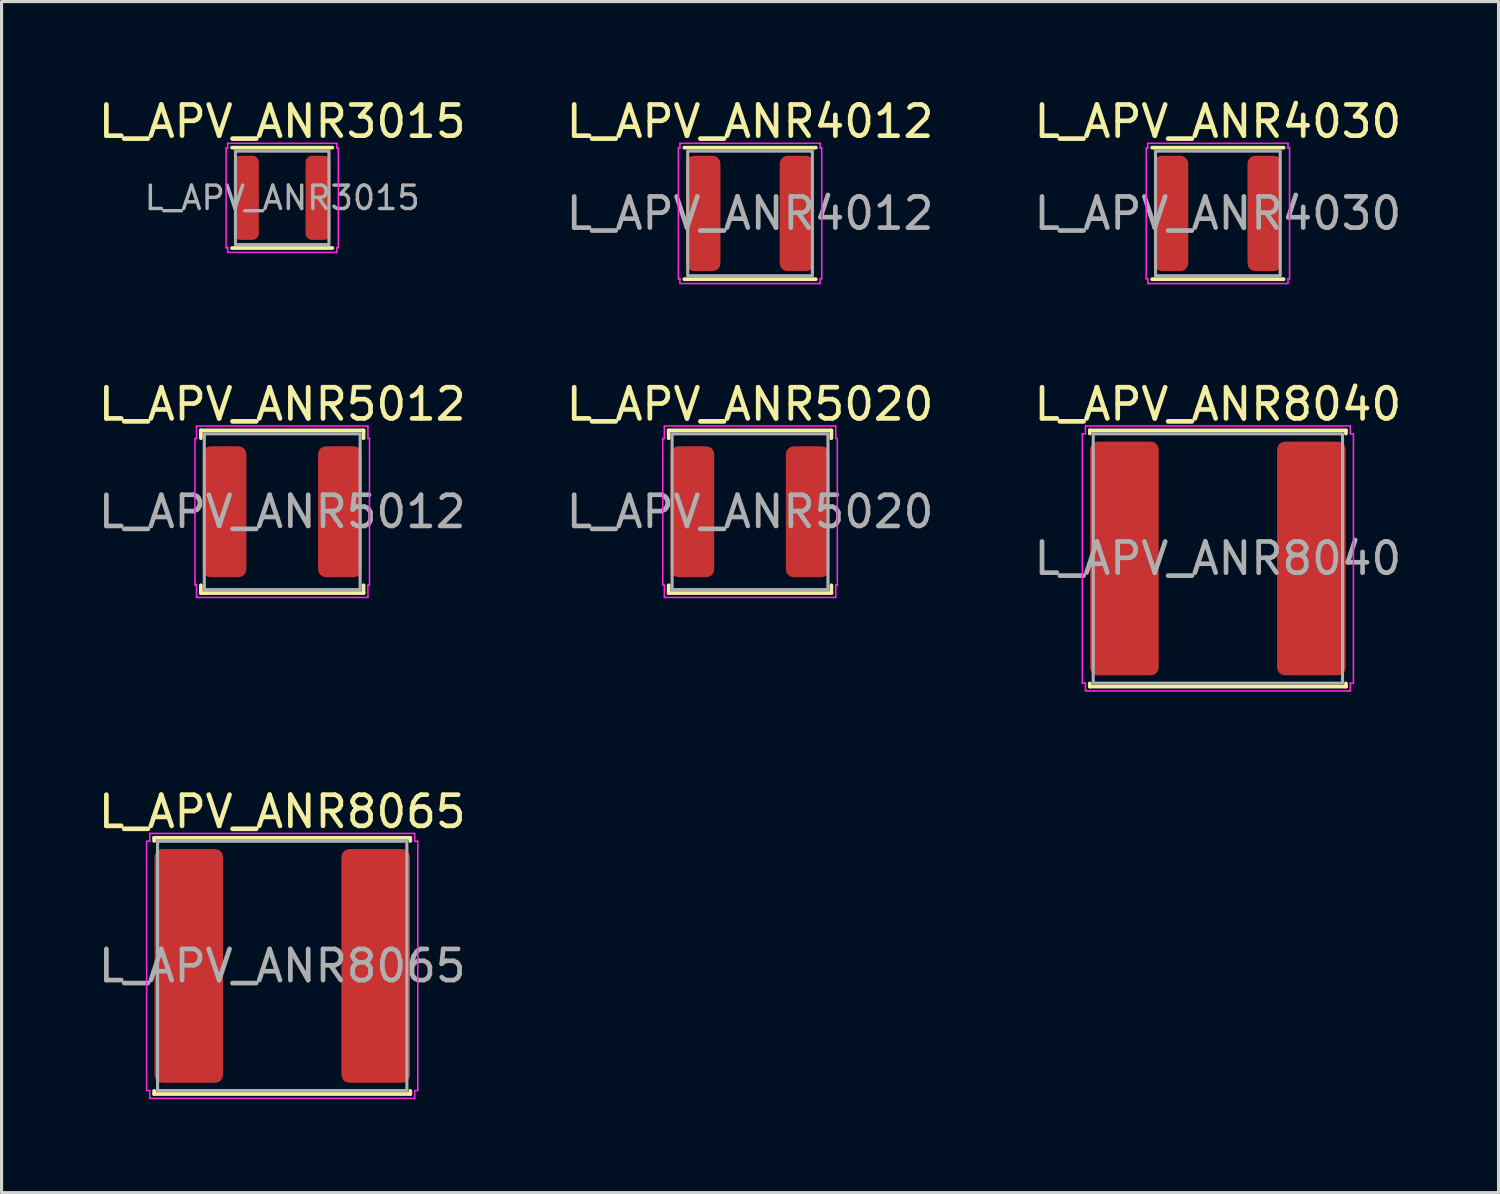
<source format=kicad_pcb>
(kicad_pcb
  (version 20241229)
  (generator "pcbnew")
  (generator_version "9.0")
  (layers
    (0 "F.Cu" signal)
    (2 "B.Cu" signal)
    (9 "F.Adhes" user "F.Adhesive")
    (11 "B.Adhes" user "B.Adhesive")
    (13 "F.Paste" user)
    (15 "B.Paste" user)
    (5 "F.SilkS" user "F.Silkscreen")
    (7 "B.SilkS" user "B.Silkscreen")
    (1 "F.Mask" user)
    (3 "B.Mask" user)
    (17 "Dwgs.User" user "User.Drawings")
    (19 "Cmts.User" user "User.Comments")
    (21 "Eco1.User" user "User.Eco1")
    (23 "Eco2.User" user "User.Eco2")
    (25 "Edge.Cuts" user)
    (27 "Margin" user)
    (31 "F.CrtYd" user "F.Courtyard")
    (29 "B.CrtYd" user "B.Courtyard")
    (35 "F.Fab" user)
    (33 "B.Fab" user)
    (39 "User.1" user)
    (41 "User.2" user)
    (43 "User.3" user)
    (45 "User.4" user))
  (footprint "L_APV_ANR5012"
    (layer "F.Cu")
    (at 6.006 13.371)
    (property "Reference" "L_APV_ANR5012" (at 0 -3.45 0) (layer "F.SilkS") (effects (font (size 1 1) (thickness 0.15))))
    (attr smd)
    (fp_line (start -2.61 -2.61) (end 2.61 -2.61) (stroke (width 0.12) (type solid)) (layer "F.SilkS"))
    (fp_line (start -2.61 -2.36) (end -2.61 -2.61) (stroke (width 0.12) (type solid)) (layer "F.SilkS"))
    (fp_line (start -2.61 2.61) (end -2.61 2.36) (stroke (width 0.12) (type solid)) (layer "F.SilkS"))
    (fp_line (start 2.61 -2.61) (end 2.61 -2.36) (stroke (width 0.12) (type solid)) (layer "F.SilkS"))
    (fp_line (start 2.61 2.36) (end 2.61 2.61) (stroke (width 0.12) (type solid)) (layer "F.SilkS"))
    (fp_line (start 2.61 2.61) (end -2.61 2.61) (stroke (width 0.12) (type solid)) (layer "F.SilkS"))
    (fp_line (start -2.8 -2.35) (end -2.75 -2.35) (stroke (width 0.05) (type solid)) (layer "F.CrtYd"))
    (fp_line (start -2.8 2.35) (end -2.8 -2.35) (stroke (width 0.05) (type solid)) (layer "F.CrtYd"))
    (fp_line (start -2.75 -2.75) (end 2.75 -2.75) (stroke (width 0.05) (type solid)) (layer "F.CrtYd"))
    (fp_line (start -2.75 -2.35) (end -2.75 -2.75) (stroke (width 0.05) (type solid)) (layer "F.CrtYd"))
    (fp_line (start -2.75 2.35) (end -2.8 2.35) (stroke (width 0.05) (type solid)) (layer "F.CrtYd"))
    (fp_line (start -2.75 2.75) (end -2.75 2.35) (stroke (width 0.05) (type solid)) (layer "F.CrtYd"))
    (fp_line (start 2.75 -2.75) (end 2.75 -2.35) (stroke (width 0.05) (type solid)) (layer "F.CrtYd"))
    (fp_line (start 2.75 -2.35) (end 2.8 -2.35) (stroke (width 0.05) (type solid)) (layer "F.CrtYd"))
    (fp_line (start 2.75 2.35) (end 2.75 2.75) (stroke (width 0.05) (type solid)) (layer "F.CrtYd"))
    (fp_line (start 2.75 2.75) (end -2.75 2.75) (stroke (width 0.05) (type solid)) (layer "F.CrtYd"))
    (fp_line (start 2.8 -2.35) (end 2.8 2.35) (stroke (width 0.05) (type solid)) (layer "F.CrtYd"))
    (fp_line (start 2.8 2.35) (end 2.75 2.35) (stroke (width 0.05) (type solid)) (layer "F.CrtYd"))
    (fp_rect (start -2.5 -2.5) (end 2.5 2.5) (stroke (width 0.1) (type solid)) (fill no) (layer "F.Fab"))
    (fp_text user "${REFERENCE}" (at 0 0 0) (layer "F.Fab") (effects (font (size 1 1) (thickness 0.15))))
    (pad "1" smd roundrect (at -1.85 0) (size 1.4 4.2) (layers "F.Cu" "F.Mask" "F.Paste") (roundrect_rratio 0.179))
    (pad "2" smd roundrect (at 1.85 0) (size 1.4 4.2) (layers "F.Cu" "F.Mask" "F.Paste") (roundrect_rratio 0.179)))
  (footprint "L_APV_ANR4030"
    (layer "F.Cu")
    (at 36.03 3.798)
    (property "Reference" "L_APV_ANR4030" (at 0 -2.95 0) (layer "F.SilkS") (effects (font (size 1 1) (thickness 0.15))))
    (attr smd)
    (fp_line (start -2.11 -2.11) (end 2.11 -2.11) (stroke (width 0.12) (type solid)) (layer "F.SilkS"))
    (fp_line (start 2.11 2.11) (end -2.11 2.11) (stroke (width 0.12) (type solid)) (layer "F.SilkS"))
    (fp_line (start -2.3 -2.1) (end -2.25 -2.1) (stroke (width 0.05) (type solid)) (layer "F.CrtYd"))
    (fp_line (start -2.3 2.1) (end -2.3 -2.1) (stroke (width 0.05) (type solid)) (layer "F.CrtYd"))
    (fp_line (start -2.25 -2.25) (end 2.25 -2.25) (stroke (width 0.05) (type solid)) (layer "F.CrtYd"))
    (fp_line (start -2.25 -2.1) (end -2.25 -2.25) (stroke (width 0.05) (type solid)) (layer "F.CrtYd"))
    (fp_line (start -2.25 2.1) (end -2.3 2.1) (stroke (width 0.05) (type solid)) (layer "F.CrtYd"))
    (fp_line (start -2.25 2.25) (end -2.25 2.1) (stroke (width 0.05) (type solid)) (layer "F.CrtYd"))
    (fp_line (start 2.25 -2.25) (end 2.25 -2.1) (stroke (width 0.05) (type solid)) (layer "F.CrtYd"))
    (fp_line (start 2.25 -2.1) (end 2.3 -2.1) (stroke (width 0.05) (type solid)) (layer "F.CrtYd"))
    (fp_line (start 2.25 2.1) (end 2.25 2.25) (stroke (width 0.05) (type solid)) (layer "F.CrtYd"))
    (fp_line (start 2.25 2.25) (end -2.25 2.25) (stroke (width 0.05) (type solid)) (layer "F.CrtYd"))
    (fp_line (start 2.3 -2.1) (end 2.3 2.1) (stroke (width 0.05) (type solid)) (layer "F.CrtYd"))
    (fp_line (start 2.3 2.1) (end 2.25 2.1) (stroke (width 0.05) (type solid)) (layer "F.CrtYd"))
    (fp_rect (start -2 -2) (end 2 2) (stroke (width 0.1) (type solid)) (fill no) (layer "F.Fab"))
    (fp_text user "${REFERENCE}" (at 0 0 0) (layer "F.Fab") (effects (font (size 1 1) (thickness 0.15))))
    (pad "1" smd roundrect (at -1.5 0) (size 1.1 3.7) (layers "F.Cu" "F.Mask" "F.Paste") (roundrect_rratio 0.227))
    (pad "2" smd roundrect (at 1.5 0) (size 1.1 3.7) (layers "F.Cu" "F.Mask" "F.Paste") (roundrect_rratio 0.227)))
  (footprint "L_APV_ANR4012"
    (layer "F.Cu")
    (at 21.018 3.798)
    (property "Reference" "L_APV_ANR4012" (at 0 -2.95 0) (layer "F.SilkS") (effects (font (size 1 1) (thickness 0.15))))
    (attr smd)
    (fp_line (start -2.11 -2.11) (end 2.11 -2.11) (stroke (width 0.12) (type solid)) (layer "F.SilkS"))
    (fp_line (start 2.11 2.11) (end -2.11 2.11) (stroke (width 0.12) (type solid)) (layer "F.SilkS"))
    (fp_line (start -2.3 -2.1) (end -2.25 -2.1) (stroke (width 0.05) (type solid)) (layer "F.CrtYd"))
    (fp_line (start -2.3 2.1) (end -2.3 -2.1) (stroke (width 0.05) (type solid)) (layer "F.CrtYd"))
    (fp_line (start -2.25 -2.25) (end 2.25 -2.25) (stroke (width 0.05) (type solid)) (layer "F.CrtYd"))
    (fp_line (start -2.25 -2.1) (end -2.25 -2.25) (stroke (width 0.05) (type solid)) (layer "F.CrtYd"))
    (fp_line (start -2.25 2.1) (end -2.3 2.1) (stroke (width 0.05) (type solid)) (layer "F.CrtYd"))
    (fp_line (start -2.25 2.25) (end -2.25 2.1) (stroke (width 0.05) (type solid)) (layer "F.CrtYd"))
    (fp_line (start 2.25 -2.25) (end 2.25 -2.1) (stroke (width 0.05) (type solid)) (layer "F.CrtYd"))
    (fp_line (start 2.25 -2.1) (end 2.3 -2.1) (stroke (width 0.05) (type solid)) (layer "F.CrtYd"))
    (fp_line (start 2.25 2.1) (end 2.25 2.25) (stroke (width 0.05) (type solid)) (layer "F.CrtYd"))
    (fp_line (start 2.25 2.25) (end -2.25 2.25) (stroke (width 0.05) (type solid)) (layer "F.CrtYd"))
    (fp_line (start 2.3 -2.1) (end 2.3 2.1) (stroke (width 0.05) (type solid)) (layer "F.CrtYd"))
    (fp_line (start 2.3 2.1) (end 2.25 2.1) (stroke (width 0.05) (type solid)) (layer "F.CrtYd"))
    (fp_rect (start -2 -2) (end 2 2) (stroke (width 0.1) (type solid)) (fill no) (layer "F.Fab"))
    (fp_text user "${REFERENCE}" (at 0 0 0) (layer "F.Fab") (effects (font (size 1 1) (thickness 0.15))))
    (pad "1" smd roundrect (at -1.5 0) (size 1.1 3.7) (layers "F.Cu" "F.Mask" "F.Paste") (roundrect_rratio 0.227))
    (pad "2" smd roundrect (at 1.5 0) (size 1.1 3.7) (layers "F.Cu" "F.Mask" "F.Paste") (roundrect_rratio 0.227)))
  (footprint "L_APV_ANR5020"
    (layer "F.Cu")
    (at 21.018 13.371)
    (property "Reference" "L_APV_ANR5020" (at 0 -3.45 0) (layer "F.SilkS") (effects (font (size 1 1) (thickness 0.15))))
    (attr smd)
    (fp_line (start -2.61 -2.61) (end 2.61 -2.61) (stroke (width 0.12) (type solid)) (layer "F.SilkS"))
    (fp_line (start -2.61 -2.36) (end -2.61 -2.61) (stroke (width 0.12) (type solid)) (layer "F.SilkS"))
    (fp_line (start -2.61 2.61) (end -2.61 2.36) (stroke (width 0.12) (type solid)) (layer "F.SilkS"))
    (fp_line (start 2.61 -2.61) (end 2.61 -2.36) (stroke (width 0.12) (type solid)) (layer "F.SilkS"))
    (fp_line (start 2.61 2.36) (end 2.61 2.61) (stroke (width 0.12) (type solid)) (layer "F.SilkS"))
    (fp_line (start 2.61 2.61) (end -2.61 2.61) (stroke (width 0.12) (type solid)) (layer "F.SilkS"))
    (fp_line (start -2.8 -2.35) (end -2.75 -2.35) (stroke (width 0.05) (type solid)) (layer "F.CrtYd"))
    (fp_line (start -2.8 2.35) (end -2.8 -2.35) (stroke (width 0.05) (type solid)) (layer "F.CrtYd"))
    (fp_line (start -2.75 -2.75) (end 2.75 -2.75) (stroke (width 0.05) (type solid)) (layer "F.CrtYd"))
    (fp_line (start -2.75 -2.35) (end -2.75 -2.75) (stroke (width 0.05) (type solid)) (layer "F.CrtYd"))
    (fp_line (start -2.75 2.35) (end -2.8 2.35) (stroke (width 0.05) (type solid)) (layer "F.CrtYd"))
    (fp_line (start -2.75 2.75) (end -2.75 2.35) (stroke (width 0.05) (type solid)) (layer "F.CrtYd"))
    (fp_line (start 2.75 -2.75) (end 2.75 -2.35) (stroke (width 0.05) (type solid)) (layer "F.CrtYd"))
    (fp_line (start 2.75 -2.35) (end 2.8 -2.35) (stroke (width 0.05) (type solid)) (layer "F.CrtYd"))
    (fp_line (start 2.75 2.35) (end 2.75 2.75) (stroke (width 0.05) (type solid)) (layer "F.CrtYd"))
    (fp_line (start 2.75 2.75) (end -2.75 2.75) (stroke (width 0.05) (type solid)) (layer "F.CrtYd"))
    (fp_line (start 2.8 -2.35) (end 2.8 2.35) (stroke (width 0.05) (type solid)) (layer "F.CrtYd"))
    (fp_line (start 2.8 2.35) (end 2.75 2.35) (stroke (width 0.05) (type solid)) (layer "F.CrtYd"))
    (fp_rect (start -2.5 -2.5) (end 2.5 2.5) (stroke (width 0.1) (type solid)) (fill no) (layer "F.Fab"))
    (fp_text user "${REFERENCE}" (at 0 0 0) (layer "F.Fab") (effects (font (size 1 1) (thickness 0.15))))
    (pad "1" smd roundrect (at -1.85 0) (size 1.4 4.2) (layers "F.Cu" "F.Mask" "F.Paste") (roundrect_rratio 0.179))
    (pad "2" smd roundrect (at 1.85 0) (size 1.4 4.2) (layers "F.Cu" "F.Mask" "F.Paste") (roundrect_rratio 0.179)))
  (footprint "L_APV_ANR8040"
    (layer "F.Cu")
    (at 36.03 14.871)
    (property "Reference" "L_APV_ANR8040" (at 0 -4.95 0) (layer "F.SilkS") (effects (font (size 1 1) (thickness 0.15))))
    (attr smd)
    (fp_line (start -4.11 -4.11) (end 4.11 -4.11) (stroke (width 0.12) (type solid)) (layer "F.SilkS"))
    (fp_line (start -4.11 -4.01) (end -4.11 -4.11) (stroke (width 0.12) (type solid)) (layer "F.SilkS"))
    (fp_line (start -4.11 4.11) (end -4.11 4.01) (stroke (width 0.12) (type solid)) (layer "F.SilkS"))
    (fp_line (start 4.11 -4.11) (end 4.11 -4.01) (stroke (width 0.12) (type solid)) (layer "F.SilkS"))
    (fp_line (start 4.11 4.01) (end 4.11 4.11) (stroke (width 0.12) (type solid)) (layer "F.SilkS"))
    (fp_line (start 4.11 4.11) (end -4.11 4.11) (stroke (width 0.12) (type solid)) (layer "F.SilkS"))
    (fp_line (start -4.35 -4) (end -4.25 -4) (stroke (width 0.05) (type solid)) (layer "F.CrtYd"))
    (fp_line (start -4.35 4) (end -4.35 -4) (stroke (width 0.05) (type solid)) (layer "F.CrtYd"))
    (fp_line (start -4.25 -4.25) (end 4.25 -4.25) (stroke (width 0.05) (type solid)) (layer "F.CrtYd"))
    (fp_line (start -4.25 -4) (end -4.25 -4.25) (stroke (width 0.05) (type solid)) (layer "F.CrtYd"))
    (fp_line (start -4.25 4) (end -4.35 4) (stroke (width 0.05) (type solid)) (layer "F.CrtYd"))
    (fp_line (start -4.25 4.25) (end -4.25 4) (stroke (width 0.05) (type solid)) (layer "F.CrtYd"))
    (fp_line (start 4.25 -4.25) (end 4.25 -4) (stroke (width 0.05) (type solid)) (layer "F.CrtYd"))
    (fp_line (start 4.25 -4) (end 4.35 -4) (stroke (width 0.05) (type solid)) (layer "F.CrtYd"))
    (fp_line (start 4.25 4) (end 4.25 4.25) (stroke (width 0.05) (type solid)) (layer "F.CrtYd"))
    (fp_line (start 4.25 4.25) (end -4.25 4.25) (stroke (width 0.05) (type solid)) (layer "F.CrtYd"))
    (fp_line (start 4.35 -4) (end 4.35 4) (stroke (width 0.05) (type solid)) (layer "F.CrtYd"))
    (fp_line (start 4.35 4) (end 4.25 4) (stroke (width 0.05) (type solid)) (layer "F.CrtYd"))
    (fp_rect (start -4 -4) (end 4 4) (stroke (width 0.1) (type solid)) (fill no) (layer "F.Fab"))
    (fp_text user "${REFERENCE}" (at 0 0 0) (layer "F.Fab") (effects (font (size 1 1) (thickness 0.15))))
    (pad "1" smd roundrect (at -3 0) (size 2.2 7.5) (layers "F.Cu" "F.Mask" "F.Paste") (roundrect_rratio 0.114))
    (pad "2" smd roundrect (at 3 0) (size 2.2 7.5) (layers "F.Cu" "F.Mask" "F.Paste") (roundrect_rratio 0.114)))
  (footprint "L_APV_ANR3015"
    (layer "F.Cu")
    (at 6.006 3.298)
    (property "Reference" "L_APV_ANR3015" (at 0 -2.45 0) (layer "F.SilkS") (effects (font (size 1 1) (thickness 0.15))))
    (attr smd)
    (fp_line (start -1.61 -1.61) (end 1.61 -1.61) (stroke (width 0.12) (type solid)) (layer "F.SilkS"))
    (fp_line (start 1.61 1.61) (end -1.61 1.61) (stroke (width 0.12) (type solid)) (layer "F.SilkS"))
    (fp_line (start -1.8 -1.6) (end -1.75 -1.6) (stroke (width 0.05) (type solid)) (layer "F.CrtYd"))
    (fp_line (start -1.8 1.6) (end -1.8 -1.6) (stroke (width 0.05) (type solid)) (layer "F.CrtYd"))
    (fp_line (start -1.75 -1.75) (end 1.75 -1.75) (stroke (width 0.05) (type solid)) (layer "F.CrtYd"))
    (fp_line (start -1.75 -1.6) (end -1.75 -1.75) (stroke (width 0.05) (type solid)) (layer "F.CrtYd"))
    (fp_line (start -1.75 1.6) (end -1.8 1.6) (stroke (width 0.05) (type solid)) (layer "F.CrtYd"))
    (fp_line (start -1.75 1.75) (end -1.75 1.6) (stroke (width 0.05) (type solid)) (layer "F.CrtYd"))
    (fp_line (start 1.75 -1.75) (end 1.75 -1.6) (stroke (width 0.05) (type solid)) (layer "F.CrtYd"))
    (fp_line (start 1.75 -1.6) (end 1.8 -1.6) (stroke (width 0.05) (type solid)) (layer "F.CrtYd"))
    (fp_line (start 1.75 1.6) (end 1.75 1.75) (stroke (width 0.05) (type solid)) (layer "F.CrtYd"))
    (fp_line (start 1.75 1.75) (end -1.75 1.75) (stroke (width 0.05) (type solid)) (layer "F.CrtYd"))
    (fp_line (start 1.8 -1.6) (end 1.8 1.6) (stroke (width 0.05) (type solid)) (layer "F.CrtYd"))
    (fp_line (start 1.8 1.6) (end 1.75 1.6) (stroke (width 0.05) (type solid)) (layer "F.CrtYd"))
    (fp_rect (start -1.5 -1.5) (end 1.5 1.5) (stroke (width 0.1) (type solid)) (fill no) (layer "F.Fab"))
    (fp_text user "${REFERENCE}" (at 0 0 0) (layer "F.Fab") (effects (font (size 0.75 0.75) (thickness 0.11))))
    (pad "1" smd roundrect (at -1.15 0) (size 0.8 2.7) (layers "F.Cu" "F.Mask" "F.Paste") (roundrect_rratio 0.25))
    (pad "2" smd roundrect (at 1.15 0) (size 0.8 2.7) (layers "F.Cu" "F.Mask" "F.Paste") (roundrect_rratio 0.25)))
  (footprint "L_APV_ANR8065"
    (layer "F.Cu")
    (at 6.006 27.945)
    (property "Reference" "L_APV_ANR8065" (at 0 -4.95 0) (layer "F.SilkS") (effects (font (size 1 1) (thickness 0.15))))
    (attr smd)
    (fp_line (start -4.11 -4.11) (end 4.11 -4.11) (stroke (width 0.12) (type solid)) (layer "F.SilkS"))
    (fp_line (start -4.11 -4.01) (end -4.11 -4.11) (stroke (width 0.12) (type solid)) (layer "F.SilkS"))
    (fp_line (start -4.11 4.11) (end -4.11 4.01) (stroke (width 0.12) (type solid)) (layer "F.SilkS"))
    (fp_line (start 4.11 -4.11) (end 4.11 -4.01) (stroke (width 0.12) (type solid)) (layer "F.SilkS"))
    (fp_line (start 4.11 4.01) (end 4.11 4.11) (stroke (width 0.12) (type solid)) (layer "F.SilkS"))
    (fp_line (start 4.11 4.11) (end -4.11 4.11) (stroke (width 0.12) (type solid)) (layer "F.SilkS"))
    (fp_line (start -4.35 -4) (end -4.25 -4) (stroke (width 0.05) (type solid)) (layer "F.CrtYd"))
    (fp_line (start -4.35 4) (end -4.35 -4) (stroke (width 0.05) (type solid)) (layer "F.CrtYd"))
    (fp_line (start -4.25 -4.25) (end 4.25 -4.25) (stroke (width 0.05) (type solid)) (layer "F.CrtYd"))
    (fp_line (start -4.25 -4) (end -4.25 -4.25) (stroke (width 0.05) (type solid)) (layer "F.CrtYd"))
    (fp_line (start -4.25 4) (end -4.35 4) (stroke (width 0.05) (type solid)) (layer "F.CrtYd"))
    (fp_line (start -4.25 4.25) (end -4.25 4) (stroke (width 0.05) (type solid)) (layer "F.CrtYd"))
    (fp_line (start 4.25 -4.25) (end 4.25 -4) (stroke (width 0.05) (type solid)) (layer "F.CrtYd"))
    (fp_line (start 4.25 -4) (end 4.35 -4) (stroke (width 0.05) (type solid)) (layer "F.CrtYd"))
    (fp_line (start 4.25 4) (end 4.25 4.25) (stroke (width 0.05) (type solid)) (layer "F.CrtYd"))
    (fp_line (start 4.25 4.25) (end -4.25 4.25) (stroke (width 0.05) (type solid)) (layer "F.CrtYd"))
    (fp_line (start 4.35 -4) (end 4.35 4) (stroke (width 0.05) (type solid)) (layer "F.CrtYd"))
    (fp_line (start 4.35 4) (end 4.25 4) (stroke (width 0.05) (type solid)) (layer "F.CrtYd"))
    (fp_rect (start -4 -4) (end 4 4) (stroke (width 0.1) (type solid)) (fill no) (layer "F.Fab"))
    (fp_text user "${REFERENCE}" (at 0 0 0) (layer "F.Fab") (effects (font (size 1 1) (thickness 0.15))))
    (pad "1" smd roundrect (at -3 0) (size 2.2 7.5) (layers "F.Cu" "F.Mask" "F.Paste") (roundrect_rratio 0.114))
    (pad "2" smd roundrect (at 3 0) (size 2.2 7.5) (layers "F.Cu" "F.Mask" "F.Paste") (roundrect_rratio 0.114)))
  (gr_rect
    (start -3 -3)
    (end 45.036 35.22)
    (stroke (width 0.1) (type default))
    (fill no)
    (layer "Edge.Cuts")))
</source>
